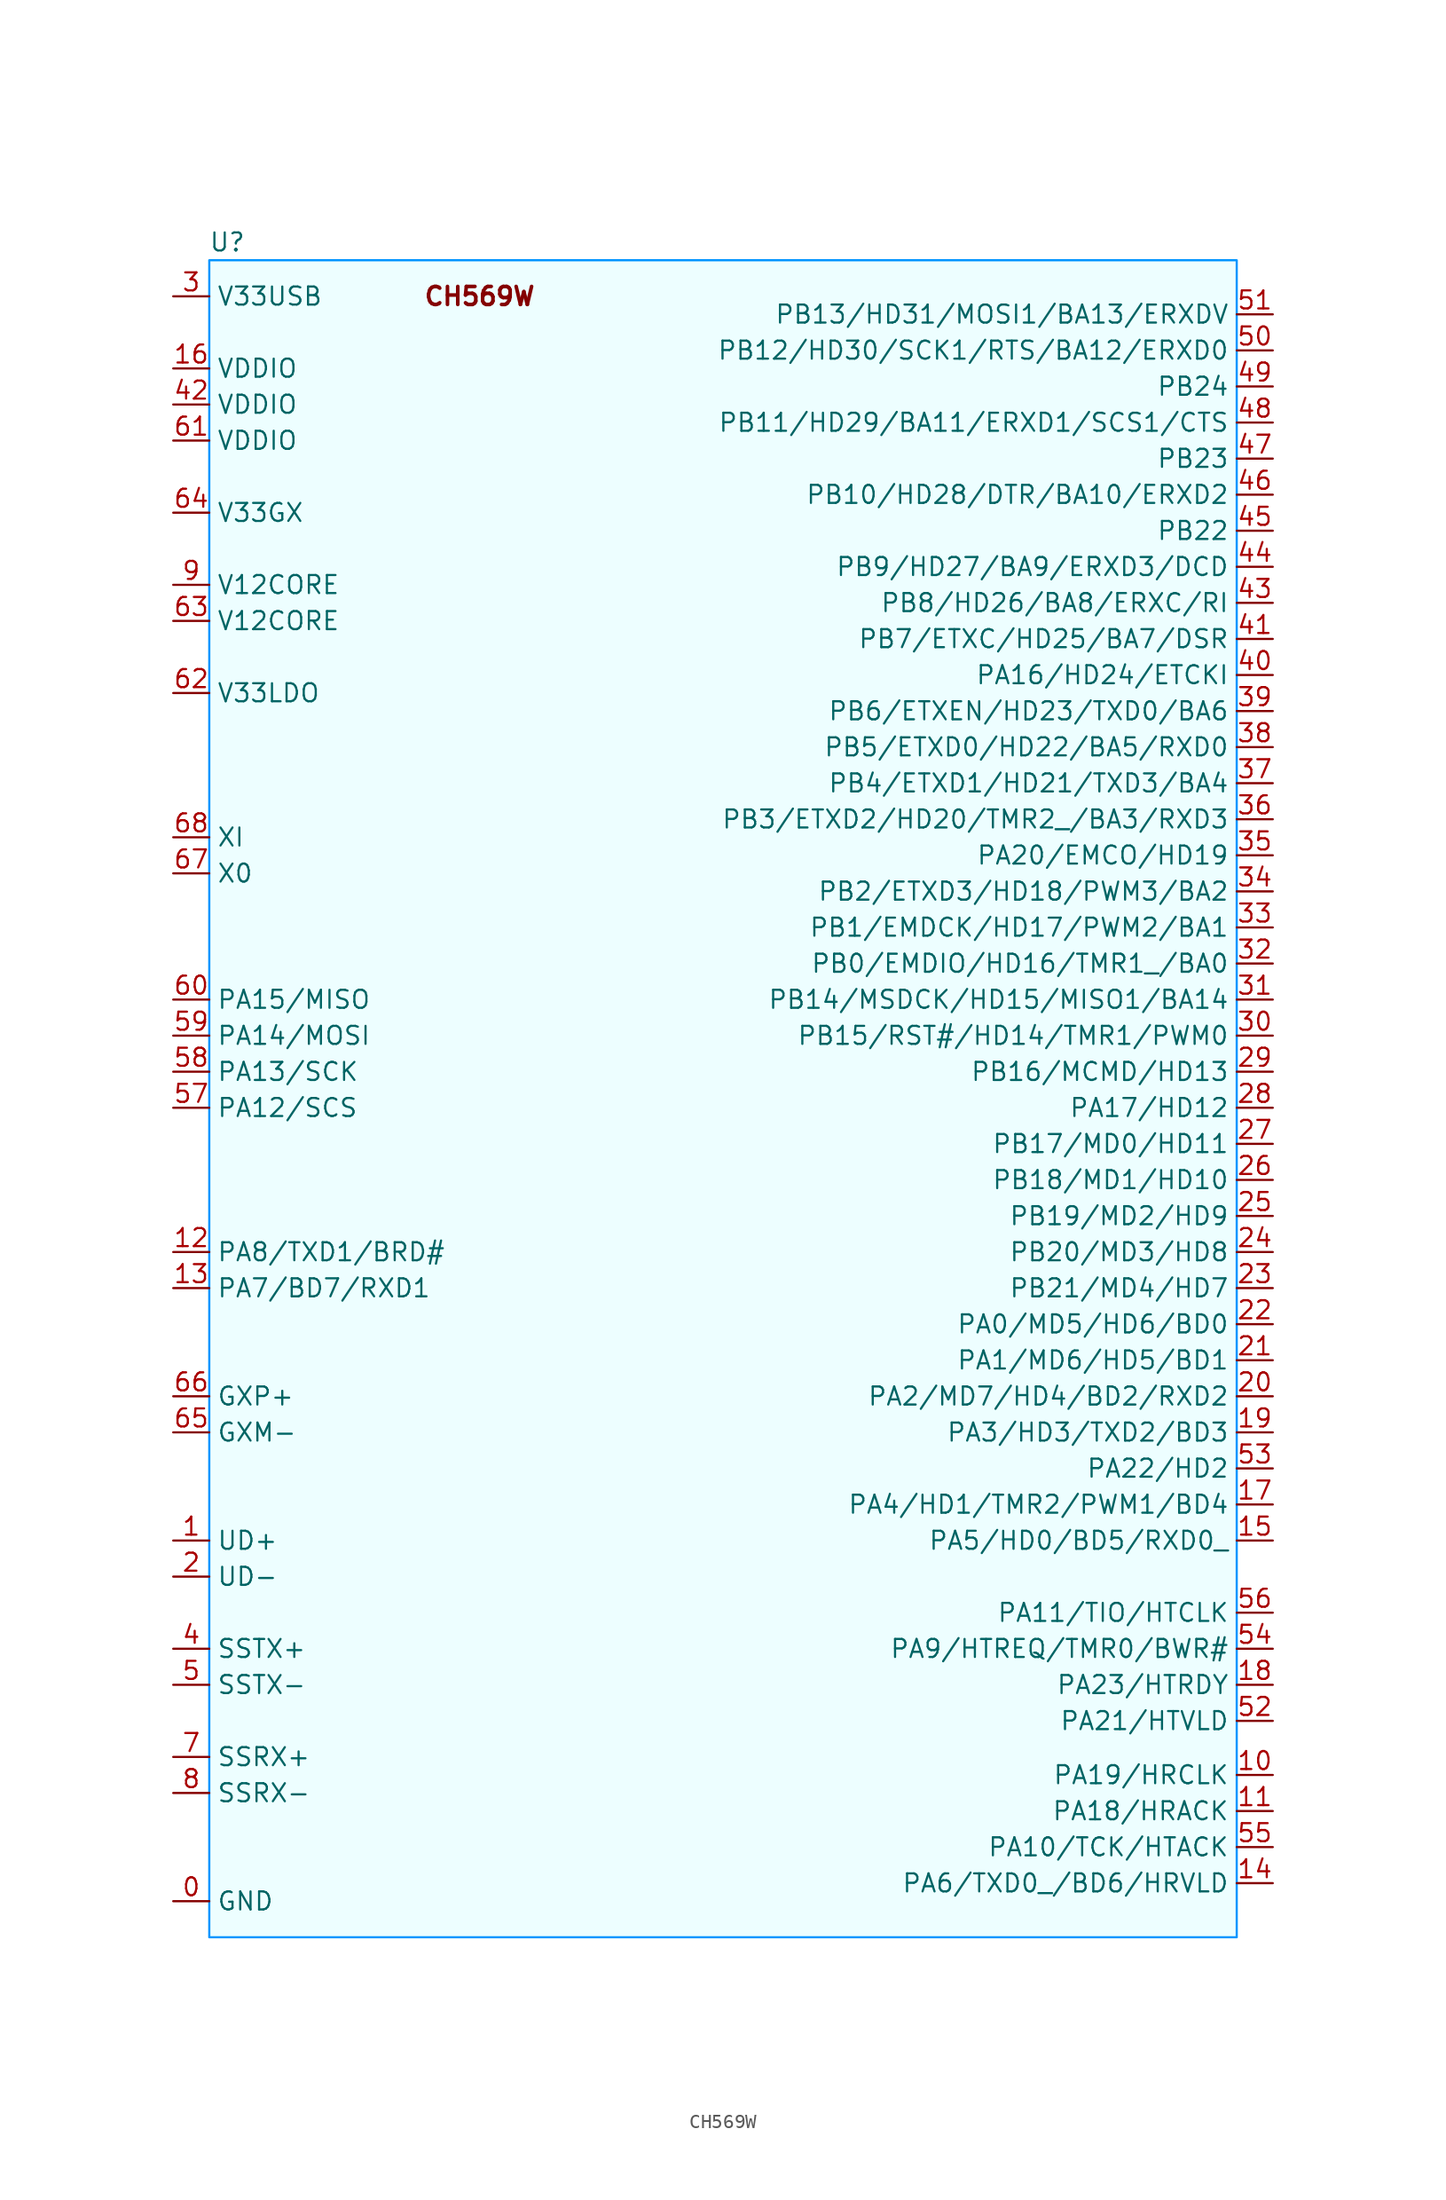
<source format=kicad_sym>
(kicad_symbol_lib
  (version 20220914)
  (generator kicad_symbol_editor)
  (symbol "CH569W"
    (property "Reference" "U"
      (at -29.21 67.31 0)
      (effects (font (size 1.27 1.27))))
    (property "Value" ""
      (at -11.43 -5.08 0)
      (effects (font (size 1.27 1.27))))
    (symbol "CH569W_1_1"
      (rectangle (start -30.48 66.04) (end 41.91 -52.07) (stroke (width 0) (type default) (color 0 149 255 1)) (fill (type color) (color 223 253 255 0.56)))
      (text "CH569W" (at -11.43 63.5 0) (effects (font (size 1.27 1.27) bold)))
      (pin power_in line (at -33.02 -49.53 0) (length 2.54) (name "GND" (effects (font (size 1.27 1.27)))) (number "0" (effects (font (size 1.27 1.27)))))
      (pin bidirectional line (at -33.02 -24.13 0) (length 2.54) (name "UD+" (effects (font (size 1.27 1.27)))) (number "1" (effects (font (size 1.27 1.27)))))
      (pin bidirectional line (at 44.45 -40.64 180) (length 2.54) (name "PA19/HRCLK" (effects (font (size 1.27 1.27)))) (number "10" (effects (font (size 1.27 1.27)))))
      (pin bidirectional line (at 44.45 -43.18 180) (length 2.54) (name "PA18/HRACK" (effects (font (size 1.27 1.27)))) (number "11" (effects (font (size 1.27 1.27)))))
      (pin bidirectional line (at -33.02 -3.81 0) (length 2.54) (name "PA8/TXD1/BRD#" (effects (font (size 1.27 1.27)))) (number "12" (effects (font (size 1.27 1.27)))))
      (pin bidirectional line (at -33.02 -6.35 0) (length 2.54) (name "PA7/BD7/RXD1" (effects (font (size 1.27 1.27)))) (number "13" (effects (font (size 1.27 1.27)))))
      (pin bidirectional line (at 44.45 -48.26 180) (length 2.54) (name "PA6/TXD0_/BD6/HRVLD" (effects (font (size 1.27 1.27)))) (number "14" (effects (font (size 1.27 1.27)))))
      (pin bidirectional line (at 44.45 -24.13 180) (length 2.54) (name "PA5/HD0/BD5/RXD0_" (effects (font (size 1.27 1.27)))) (number "15" (effects (font (size 1.27 1.27)))))
      (pin power_in line (at -33.02 58.42 0) (length 2.54) (name "VDDIO" (effects (font (size 1.27 1.27)))) (number "16" (effects (font (size 1.27 1.27)))))
      (pin bidirectional line (at 44.45 -21.59 180) (length 2.54) (name "PA4/HD1/TMR2/PWM1/BD4" (effects (font (size 1.27 1.27)))) (number "17" (effects (font (size 1.27 1.27)))))
      (pin bidirectional line (at 44.45 -34.29 180) (length 2.54) (name "PA23/HTRDY" (effects (font (size 1.27 1.27)))) (number "18" (effects (font (size 1.27 1.27)))))
      (pin bidirectional line (at 44.45 -16.51 180) (length 2.54) (name "PA3/HD3/TXD2/BD3" (effects (font (size 1.27 1.27)))) (number "19" (effects (font (size 1.27 1.27)))))
      (pin bidirectional line (at -33.02 -26.67 0) (length 2.54) (name "UD-" (effects (font (size 1.27 1.27)))) (number "2" (effects (font (size 1.27 1.27)))))
      (pin bidirectional line (at 44.45 -13.97 180) (length 2.54) (name "PA2/MD7/HD4/BD2/RXD2" (effects (font (size 1.27 1.27)))) (number "20" (effects (font (size 1.27 1.27)))))
      (pin bidirectional line (at 44.45 -11.43 180) (length 2.54) (name "PA1/MD6/HD5/BD1" (effects (font (size 1.27 1.27)))) (number "21" (effects (font (size 1.27 1.27)))))
      (pin bidirectional line (at 44.45 -8.89 180) (length 2.54) (name "PA0/MD5/HD6/BD0" (effects (font (size 1.27 1.27)))) (number "22" (effects (font (size 1.27 1.27)))))
      (pin bidirectional line (at 44.45 -6.35 180) (length 2.54) (name "PB21/MD4/HD7" (effects (font (size 1.27 1.27)))) (number "23" (effects (font (size 1.27 1.27)))))
      (pin bidirectional line (at 44.45 -3.81 180) (length 2.54) (name "PB20/MD3/HD8" (effects (font (size 1.27 1.27)))) (number "24" (effects (font (size 1.27 1.27)))))
      (pin bidirectional line (at 44.45 -1.27 180) (length 2.54) (name "PB19/MD2/HD9" (effects (font (size 1.27 1.27)))) (number "25" (effects (font (size 1.27 1.27)))))
      (pin bidirectional line (at 44.45 1.27 180) (length 2.54) (name "PB18/MD1/HD10" (effects (font (size 1.27 1.27)))) (number "26" (effects (font (size 1.27 1.27)))))
      (pin bidirectional line (at 44.45 3.81 180) (length 2.54) (name "PB17/MD0/HD11" (effects (font (size 1.27 1.27)))) (number "27" (effects (font (size 1.27 1.27)))))
      (pin bidirectional line (at 44.45 6.35 180) (length 2.54) (name "PA17/HD12" (effects (font (size 1.27 1.27)))) (number "28" (effects (font (size 1.27 1.27)))))
      (pin bidirectional line (at 44.45 8.89 180) (length 2.54) (name "PB16/MCMD/HD13" (effects (font (size 1.27 1.27)))) (number "29" (effects (font (size 1.27 1.27)))))
      (pin power_in line (at -33.02 63.5 0) (length 2.54) (name "V33USB" (effects (font (size 1.27 1.27)))) (number "3" (effects (font (size 1.27 1.27)))))
      (pin bidirectional line (at 44.45 11.43 180) (length 2.54) (name "PB15/RST#/HD14/TMR1/PWM0" (effects (font (size 1.27 1.27)))) (number "30" (effects (font (size 1.27 1.27)))))
      (pin bidirectional line (at 44.45 13.97 180) (length 2.54) (name "PB14/MSDCK/HD15/MISO1/BA14" (effects (font (size 1.27 1.27)))) (number "31" (effects (font (size 1.27 1.27)))))
      (pin bidirectional line (at 44.45 16.51 180) (length 2.54) (name "PB0/EMDIO/HD16/TMR1_/BA0" (effects (font (size 1.27 1.27)))) (number "32" (effects (font (size 1.27 1.27)))))
      (pin bidirectional line (at 44.45 19.05 180) (length 2.54) (name "PB1/EMDCK/HD17/PWM2/BA1" (effects (font (size 1.27 1.27)))) (number "33" (effects (font (size 1.27 1.27)))))
      (pin bidirectional line (at 44.45 21.59 180) (length 2.54) (name "PB2/ETXD3/HD18/PWM3/BA2" (effects (font (size 1.27 1.27)))) (number "34" (effects (font (size 1.27 1.27)))))
      (pin bidirectional line (at 44.45 24.13 180) (length 2.54) (name "PA20/EMCO/HD19" (effects (font (size 1.27 1.27)))) (number "35" (effects (font (size 1.27 1.27)))))
      (pin bidirectional line (at 44.45 26.67 180) (length 2.54) (name "PB3/ETXD2/HD20/TMR2_/BA3/RXD3" (effects (font (size 1.27 1.27)))) (number "36" (effects (font (size 1.27 1.27)))))
      (pin bidirectional line (at 44.45 29.21 180) (length 2.54) (name "PB4/ETXD1/HD21/TXD3/BA4" (effects (font (size 1.27 1.27)))) (number "37" (effects (font (size 1.27 1.27)))))
      (pin bidirectional line (at 44.45 31.75 180) (length 2.54) (name "PB5/ETXD0/HD22/BA5/RXD0" (effects (font (size 1.27 1.27)))) (number "38" (effects (font (size 1.27 1.27)))))
      (pin bidirectional line (at 44.45 34.29 180) (length 2.54) (name "PB6/ETXEN/HD23/TXD0/BA6" (effects (font (size 1.27 1.27)))) (number "39" (effects (font (size 1.27 1.27)))))
      (pin output line (at -33.02 -31.75 0) (length 2.54) (name "SSTX+" (effects (font (size 1.27 1.27)))) (number "4" (effects (font (size 1.27 1.27)))))
      (pin bidirectional line (at 44.45 36.83 180) (length 2.54) (name "PA16/HD24/ETCKI" (effects (font (size 1.27 1.27)))) (number "40" (effects (font (size 1.27 1.27)))))
      (pin bidirectional line (at 44.45 39.37 180) (length 2.54) (name "PB7/ETXC/HD25/BA7/DSR" (effects (font (size 1.27 1.27)))) (number "41" (effects (font (size 1.27 1.27)))))
      (pin power_in line (at -33.02 55.88 0) (length 2.54) (name "VDDIO" (effects (font (size 1.27 1.27)))) (number "42" (effects (font (size 1.27 1.27)))))
      (pin bidirectional line (at 44.45 41.91 180) (length 2.54) (name "PB8/HD26/BA8/ERXC/RI" (effects (font (size 1.27 1.27)))) (number "43" (effects (font (size 1.27 1.27)))))
      (pin bidirectional line (at 44.45 44.45 180) (length 2.54) (name "PB9/HD27/BA9/ERXD3/DCD" (effects (font (size 1.27 1.27)))) (number "44" (effects (font (size 1.27 1.27)))))
      (pin bidirectional line (at 44.45 46.99 180) (length 2.54) (name "PB22" (effects (font (size 1.27 1.27)))) (number "45" (effects (font (size 1.27 1.27)))))
      (pin bidirectional line (at 44.45 49.53 180) (length 2.54) (name "PB10/HD28/DTR/BA10/ERXD2" (effects (font (size 1.27 1.27)))) (number "46" (effects (font (size 1.27 1.27)))))
      (pin bidirectional line (at 44.45 52.07 180) (length 2.54) (name "PB23" (effects (font (size 1.27 1.27)))) (number "47" (effects (font (size 1.27 1.27)))))
      (pin bidirectional line (at 44.45 54.61 180) (length 2.54) (name "PB11/HD29/BA11/ERXD1/SCS1/CTS" (effects (font (size 1.27 1.27)))) (number "48" (effects (font (size 1.27 1.27)))))
      (pin bidirectional line (at 44.45 57.15 180) (length 2.54) (name "PB24" (effects (font (size 1.27 1.27)))) (number "49" (effects (font (size 1.27 1.27)))))
      (pin output line (at -33.02 -34.29 0) (length 2.54) (name "SSTX-" (effects (font (size 1.27 1.27)))) (number "5" (effects (font (size 1.27 1.27)))))
      (pin bidirectional line (at 44.45 59.69 180) (length 2.54) (name "PB12/HD30/SCK1/RTS/BA12/ERXD0" (effects (font (size 1.27 1.27)))) (number "50" (effects (font (size 1.27 1.27)))))
      (pin bidirectional line (at 44.45 62.23 180) (length 2.54) (name "PB13/HD31/MOSI1/BA13/ERXDV" (effects (font (size 1.27 1.27)))) (number "51" (effects (font (size 1.27 1.27)))))
      (pin bidirectional line (at 44.45 -36.83 180) (length 2.54) (name "PA21/HTVLD" (effects (font (size 1.27 1.27)))) (number "52" (effects (font (size 1.27 1.27)))))
      (pin bidirectional line (at 44.45 -19.05 180) (length 2.54) (name "PA22/HD2" (effects (font (size 1.27 1.27)))) (number "53" (effects (font (size 1.27 1.27)))))
      (pin bidirectional line (at 44.45 -31.75 180) (length 2.54) (name "PA9/HTREQ/TMR0/BWR#" (effects (font (size 1.27 1.27)))) (number "54" (effects (font (size 1.27 1.27)))))
      (pin bidirectional line (at 44.45 -45.72 180) (length 2.54) (name "PA10/TCK/HTACK" (effects (font (size 1.27 1.27)))) (number "55" (effects (font (size 1.27 1.27)))))
      (pin bidirectional line (at 44.45 -29.21 180) (length 2.54) (name "PA11/TIO/HTCLK" (effects (font (size 1.27 1.27)))) (number "56" (effects (font (size 1.27 1.27)))))
      (pin bidirectional line (at -33.02 6.35 0) (length 2.54) (name "PA12/SCS" (effects (font (size 1.27 1.27)))) (number "57" (effects (font (size 1.27 1.27)))))
      (pin bidirectional line (at -33.02 8.89 0) (length 2.54) (name "PA13/SCK" (effects (font (size 1.27 1.27)))) (number "58" (effects (font (size 1.27 1.27)))))
      (pin bidirectional line (at -33.02 11.43 0) (length 2.54) (name "PA14/MOSI" (effects (font (size 1.27 1.27)))) (number "59" (effects (font (size 1.27 1.27)))))
      (pin bidirectional line (at -33.02 13.97 0) (length 2.54) (name "PA15/MISO" (effects (font (size 1.27 1.27)))) (number "60" (effects (font (size 1.27 1.27)))))
      (pin power_in line (at -33.02 53.34 0) (length 2.54) (name "VDDIO" (effects (font (size 1.27 1.27)))) (number "61" (effects (font (size 1.27 1.27)))))
      (pin power_out line (at -33.02 35.56 0) (length 2.54) (name "V33LDO" (effects (font (size 1.27 1.27)))) (number "62" (effects (font (size 1.27 1.27)))))
      (pin power_out line (at -33.02 40.64 0) (length 2.54) (name "V12CORE" (effects (font (size 1.27 1.27)))) (number "63" (effects (font (size 1.27 1.27)))))
      (pin power_in line (at -33.02 48.26 0) (length 2.54) (name "V33GX" (effects (font (size 1.27 1.27)))) (number "64" (effects (font (size 1.27 1.27)))))
      (pin bidirectional line (at -33.02 -16.51 0) (length 2.54) (name "GXM-" (effects (font (size 1.27 1.27)))) (number "65" (effects (font (size 1.27 1.27)))))
      (pin bidirectional line (at -33.02 -13.97 0) (length 2.54) (name "GXP+" (effects (font (size 1.27 1.27)))) (number "66" (effects (font (size 1.27 1.27)))))
      (pin output line (at -33.02 22.86 0) (length 2.54) (name "X0" (effects (font (size 1.27 1.27)))) (number "67" (effects (font (size 1.27 1.27)))))
      (pin input line (at -33.02 25.4 0) (length 2.54) (name "XI" (effects (font (size 1.27 1.27)))) (number "68" (effects (font (size 1.27 1.27)))))
      (pin input line (at -33.02 -39.37 0) (length 2.54) (name "SSRX+" (effects (font (size 1.27 1.27)))) (number "7" (effects (font (size 1.27 1.27)))))
      (pin input line (at -33.02 -41.91 0) (length 2.54) (name "SSRX-" (effects (font (size 1.27 1.27)))) (number "8" (effects (font (size 1.27 1.27)))))
      (pin power_out line (at -33.02 43.18 0) (length 2.54) (name "V12CORE" (effects (font (size 1.27 1.27)))) (number "9" (effects (font (size 1.27 1.27))))))))
</source>
